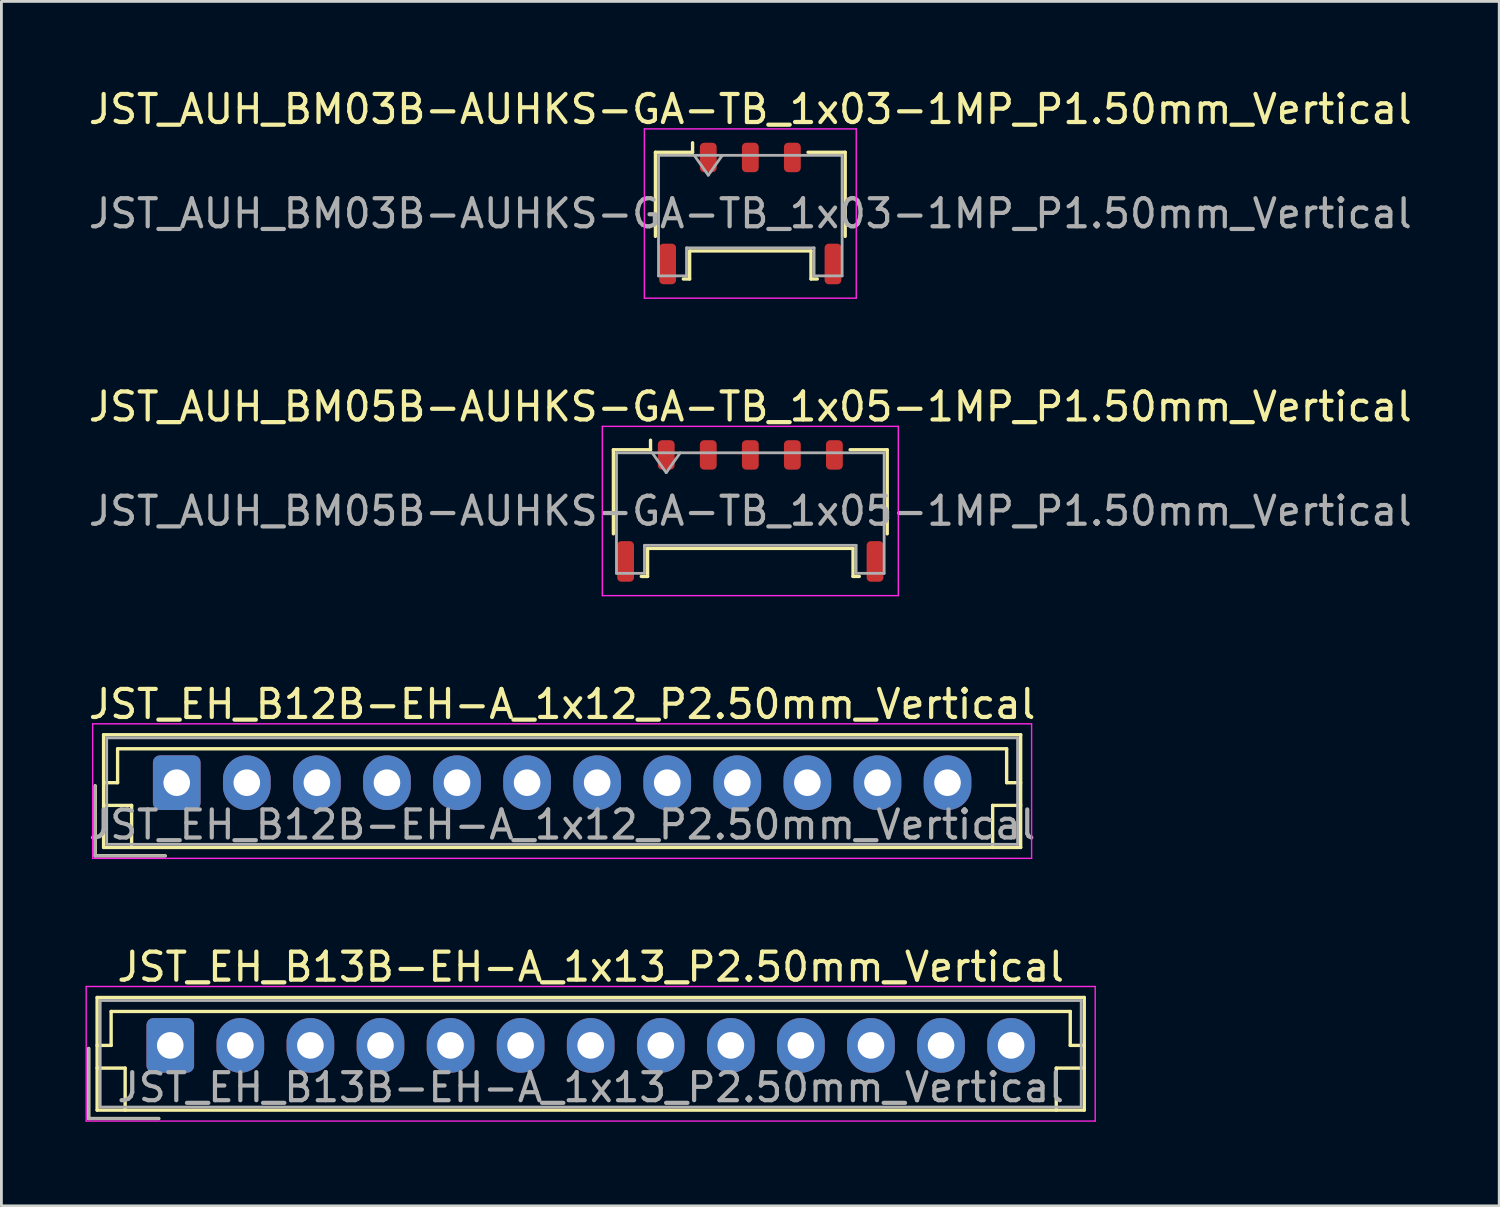
<source format=kicad_pcb>
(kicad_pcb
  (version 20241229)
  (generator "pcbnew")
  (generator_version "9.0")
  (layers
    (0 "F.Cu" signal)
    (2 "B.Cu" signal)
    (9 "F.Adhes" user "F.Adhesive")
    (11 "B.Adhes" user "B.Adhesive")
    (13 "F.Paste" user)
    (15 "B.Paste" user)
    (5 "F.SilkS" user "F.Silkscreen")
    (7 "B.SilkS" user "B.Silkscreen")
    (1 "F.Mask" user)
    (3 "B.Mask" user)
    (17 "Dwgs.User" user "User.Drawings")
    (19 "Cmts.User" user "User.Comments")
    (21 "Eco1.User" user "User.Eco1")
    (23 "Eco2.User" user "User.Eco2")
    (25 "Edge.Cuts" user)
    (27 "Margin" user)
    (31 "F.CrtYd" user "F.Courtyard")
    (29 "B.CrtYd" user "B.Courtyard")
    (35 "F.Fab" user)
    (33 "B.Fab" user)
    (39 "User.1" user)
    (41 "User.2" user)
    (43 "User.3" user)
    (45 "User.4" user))
  (footprint "JST_AUH_BM03B-AUHKS-GA-TB_1x03-1MP_P1.50mm_Vertical"
    (layer "F.Cu")
    (at 23.72 4.568)
    (property "Reference" "JST_AUH_BM03B-AUHKS-GA-TB_1x03-1MP_P1.50mm_Vertical" (at 0 -3.72 0) (layer "F.SilkS") (effects (font (size 1 1) (thickness 0.15))))
    (attr smd)
    (fp_line (start -3.385 -2.185) (end -2.06 -2.185) (stroke (width 0.12) (type solid)) (layer "F.SilkS"))
    (fp_line (start -3.385 0.815) (end -3.385 -2.185) (stroke (width 0.12) (type solid)) (layer "F.SilkS"))
    (fp_line (start -2.39 2.335) (end -2.165 2.335) (stroke (width 0.12) (type solid)) (layer "F.SilkS"))
    (fp_line (start -2.165 1.335) (end 2.165 1.335) (stroke (width 0.12) (type solid)) (layer "F.SilkS"))
    (fp_line (start -2.165 2.335) (end -2.165 1.335) (stroke (width 0.12) (type solid)) (layer "F.SilkS"))
    (fp_line (start -2.06 -2.185) (end -2.06 -2.525) (stroke (width 0.12) (type solid)) (layer "F.SilkS"))
    (fp_line (start 2.165 1.335) (end 2.165 2.335) (stroke (width 0.12) (type solid)) (layer "F.SilkS"))
    (fp_line (start 2.165 2.335) (end 2.39 2.335) (stroke (width 0.12) (type solid)) (layer "F.SilkS"))
    (fp_line (start 3.385 -2.185) (end 2.06 -2.185) (stroke (width 0.12) (type solid)) (layer "F.SilkS"))
    (fp_line (start 3.385 0.815) (end 3.385 -2.185) (stroke (width 0.12) (type solid)) (layer "F.SilkS"))
    (fp_line (start -3.78 -3.02) (end -3.78 3.02) (stroke (width 0.05) (type solid)) (layer "F.CrtYd"))
    (fp_line (start -3.78 3.02) (end 3.78 3.02) (stroke (width 0.05) (type solid)) (layer "F.CrtYd"))
    (fp_line (start 3.78 -3.02) (end -3.78 -3.02) (stroke (width 0.05) (type solid)) (layer "F.CrtYd"))
    (fp_line (start 3.78 3.02) (end 3.78 -3.02) (stroke (width 0.05) (type solid)) (layer "F.CrtYd"))
    (fp_line (start -3.275 -2.075) (end -3.275 2.225) (stroke (width 0.1) (type solid)) (layer "F.Fab"))
    (fp_line (start -3.275 -2.075) (end 3.275 -2.075) (stroke (width 0.1) (type solid)) (layer "F.Fab"))
    (fp_line (start -3.275 2.225) (end -2.275 2.225) (stroke (width 0.1) (type solid)) (layer "F.Fab"))
    (fp_line (start -2.275 1.225) (end 2.275 1.225) (stroke (width 0.1) (type solid)) (layer "F.Fab"))
    (fp_line (start -2.275 2.225) (end -2.275 1.225) (stroke (width 0.1) (type solid)) (layer "F.Fab"))
    (fp_line (start -2 -2.075) (end -1.5 -1.368) (stroke (width 0.1) (type solid)) (layer "F.Fab"))
    (fp_line (start -1.5 -1.368) (end -1 -2.075) (stroke (width 0.1) (type solid)) (layer "F.Fab"))
    (fp_line (start 2.275 1.225) (end 2.275 2.225) (stroke (width 0.1) (type solid)) (layer "F.Fab"))
    (fp_line (start 2.275 2.225) (end 3.275 2.225) (stroke (width 0.1) (type solid)) (layer "F.Fab"))
    (fp_line (start 3.275 -2.075) (end 3.275 2.225) (stroke (width 0.1) (type solid)) (layer "F.Fab"))
    (fp_text user "${REFERENCE}" (at 0 0 0) (layer "F.Fab") (effects (font (size 1 1) (thickness 0.15))))
    (pad "1" smd roundrect (at -1.5 -2) (size 0.6 1.05) (layers "F.Cu" "F.Mask" "F.Paste") (roundrect_rratio 0.25))
    (pad "2" smd roundrect (at 0 -2) (size 0.6 1.05) (layers "F.Cu" "F.Mask" "F.Paste") (roundrect_rratio 0.25))
    (pad "3" smd roundrect (at 1.5 -2) (size 0.6 1.05) (layers "F.Cu" "F.Mask" "F.Paste") (roundrect_rratio 0.25))
    (pad "MP" smd roundrect (at -2.95 1.8) (size 0.6 1.45) (layers "F.Cu" "F.Mask" "F.Paste") (roundrect_rratio 0.25))
    (pad "MP" smd roundrect (at 2.95 1.8) (size 0.6 1.45) (layers "F.Cu" "F.Mask" "F.Paste") (roundrect_rratio 0.25)))
  (footprint "JST_EH_B13B-EH-A_1x13_P2.50mm_Vertical"
    (layer "F.Cu")
    (at 3.025 34.248)
    (property "Reference" "JST_EH_B13B-EH-A_1x13_P2.50mm_Vertical" (at 15 -2.8 0) (layer "F.SilkS") (effects (font (size 1 1) (thickness 0.15))))
    (attr through_hole)
    (fp_line (start -2.91 0.11) (end -2.91 2.61) (stroke (width 0.12) (type solid)) (layer "F.SilkS"))
    (fp_line (start -2.91 2.61) (end -0.41 2.61) (stroke (width 0.12) (type solid)) (layer "F.SilkS"))
    (fp_line (start -2.61 -1.71) (end -2.61 2.31) (stroke (width 0.12) (type solid)) (layer "F.SilkS"))
    (fp_line (start -2.61 0) (end -2.11 0) (stroke (width 0.12) (type solid)) (layer "F.SilkS"))
    (fp_line (start -2.61 0.81) (end -1.61 0.81) (stroke (width 0.12) (type solid)) (layer "F.SilkS"))
    (fp_line (start -2.61 2.31) (end 32.61 2.31) (stroke (width 0.12) (type solid)) (layer "F.SilkS"))
    (fp_line (start -2.11 -1.21) (end 32.11 -1.21) (stroke (width 0.12) (type solid)) (layer "F.SilkS"))
    (fp_line (start -2.11 0) (end -2.11 -1.21) (stroke (width 0.12) (type solid)) (layer "F.SilkS"))
    (fp_line (start -1.61 0.81) (end -1.61 2.31) (stroke (width 0.12) (type solid)) (layer "F.SilkS"))
    (fp_line (start 31.61 0.81) (end 31.61 2.31) (stroke (width 0.12) (type solid)) (layer "F.SilkS"))
    (fp_line (start 32.11 -1.21) (end 32.11 0) (stroke (width 0.12) (type solid)) (layer "F.SilkS"))
    (fp_line (start 32.11 0) (end 32.61 0) (stroke (width 0.12) (type solid)) (layer "F.SilkS"))
    (fp_line (start 32.61 -1.71) (end -2.61 -1.71) (stroke (width 0.12) (type solid)) (layer "F.SilkS"))
    (fp_line (start 32.61 0.81) (end 31.61 0.81) (stroke (width 0.12) (type solid)) (layer "F.SilkS"))
    (fp_line (start 32.61 2.31) (end 32.61 -1.71) (stroke (width 0.12) (type solid)) (layer "F.SilkS"))
    (fp_line (start -3 -2.1) (end -3 2.7) (stroke (width 0.05) (type solid)) (layer "F.CrtYd"))
    (fp_line (start -3 2.7) (end 33 2.7) (stroke (width 0.05) (type solid)) (layer "F.CrtYd"))
    (fp_line (start 33 -2.1) (end -3 -2.1) (stroke (width 0.05) (type solid)) (layer "F.CrtYd"))
    (fp_line (start 33 2.7) (end 33 -2.1) (stroke (width 0.05) (type solid)) (layer "F.CrtYd"))
    (fp_line (start -2.91 0.11) (end -2.91 2.61) (stroke (width 0.1) (type solid)) (layer "F.Fab"))
    (fp_line (start -2.91 2.61) (end -0.41 2.61) (stroke (width 0.1) (type solid)) (layer "F.Fab"))
    (fp_line (start -2.5 -1.6) (end -2.5 2.2) (stroke (width 0.1) (type solid)) (layer "F.Fab"))
    (fp_line (start -2.5 2.2) (end 32.5 2.2) (stroke (width 0.1) (type solid)) (layer "F.Fab"))
    (fp_line (start 32.5 -1.6) (end -2.5 -1.6) (stroke (width 0.1) (type solid)) (layer "F.Fab"))
    (fp_line (start 32.5 2.2) (end 32.5 -1.6) (stroke (width 0.1) (type solid)) (layer "F.Fab"))
    (fp_text user "${REFERENCE}" (at 15 1.5 0) (layer "F.Fab") (effects (font (size 1 1) (thickness 0.15))))
    (pad "1" thru_hole roundrect (at 0 0) (size 1.7 1.95) (drill 0.95) (layers "*.Cu" "*.Mask") (roundrect_rratio 0.147))
    (pad "2" thru_hole oval (at 2.5 0) (size 1.7 1.95) (drill 0.95) (layers "*.Cu" "*.Mask"))
    (pad "3" thru_hole oval (at 5 0) (size 1.7 1.95) (drill 0.95) (layers "*.Cu" "*.Mask"))
    (pad "4" thru_hole oval (at 7.5 0) (size 1.7 1.95) (drill 0.95) (layers "*.Cu" "*.Mask"))
    (pad "5" thru_hole oval (at 10 0) (size 1.7 1.95) (drill 0.95) (layers "*.Cu" "*.Mask"))
    (pad "6" thru_hole oval (at 12.5 0) (size 1.7 1.95) (drill 0.95) (layers "*.Cu" "*.Mask"))
    (pad "7" thru_hole oval (at 15 0) (size 1.7 1.95) (drill 0.95) (layers "*.Cu" "*.Mask"))
    (pad "8" thru_hole oval (at 17.5 0) (size 1.7 1.95) (drill 0.95) (layers "*.Cu" "*.Mask"))
    (pad "9" thru_hole oval (at 20 0) (size 1.7 1.95) (drill 0.95) (layers "*.Cu" "*.Mask"))
    (pad "10" thru_hole oval (at 22.5 0) (size 1.7 1.95) (drill 0.95) (layers "*.Cu" "*.Mask"))
    (pad "11" thru_hole oval (at 25 0) (size 1.7 1.95) (drill 0.95) (layers "*.Cu" "*.Mask"))
    (pad "12" thru_hole oval (at 27.5 0) (size 1.7 1.95) (drill 0.95) (layers "*.Cu" "*.Mask"))
    (pad "13" thru_hole oval (at 30 0) (size 1.7 1.95) (drill 0.95) (layers "*.Cu" "*.Mask")))
  (footprint "JST_AUH_BM05B-AUHKS-GA-TB_1x05-1MP_P1.50mm_Vertical"
    (layer "F.Cu")
    (at 23.72 15.181)
    (property "Reference" "JST_AUH_BM05B-AUHKS-GA-TB_1x05-1MP_P1.50mm_Vertical" (at 0 -3.72 0) (layer "F.SilkS") (effects (font (size 1 1) (thickness 0.15))))
    (attr smd)
    (fp_line (start -4.885 -2.185) (end -3.56 -2.185) (stroke (width 0.12) (type solid)) (layer "F.SilkS"))
    (fp_line (start -4.885 0.815) (end -4.885 -2.185) (stroke (width 0.12) (type solid)) (layer "F.SilkS"))
    (fp_line (start -3.89 2.335) (end -3.665 2.335) (stroke (width 0.12) (type solid)) (layer "F.SilkS"))
    (fp_line (start -3.665 1.335) (end 3.665 1.335) (stroke (width 0.12) (type solid)) (layer "F.SilkS"))
    (fp_line (start -3.665 2.335) (end -3.665 1.335) (stroke (width 0.12) (type solid)) (layer "F.SilkS"))
    (fp_line (start -3.56 -2.185) (end -3.56 -2.525) (stroke (width 0.12) (type solid)) (layer "F.SilkS"))
    (fp_line (start 3.665 1.335) (end 3.665 2.335) (stroke (width 0.12) (type solid)) (layer "F.SilkS"))
    (fp_line (start 3.665 2.335) (end 3.89 2.335) (stroke (width 0.12) (type solid)) (layer "F.SilkS"))
    (fp_line (start 4.885 -2.185) (end 3.56 -2.185) (stroke (width 0.12) (type solid)) (layer "F.SilkS"))
    (fp_line (start 4.885 0.815) (end 4.885 -2.185) (stroke (width 0.12) (type solid)) (layer "F.SilkS"))
    (fp_line (start -5.28 -3.02) (end -5.28 3.02) (stroke (width 0.05) (type solid)) (layer "F.CrtYd"))
    (fp_line (start -5.28 3.02) (end 5.28 3.02) (stroke (width 0.05) (type solid)) (layer "F.CrtYd"))
    (fp_line (start 5.28 -3.02) (end -5.28 -3.02) (stroke (width 0.05) (type solid)) (layer "F.CrtYd"))
    (fp_line (start 5.28 3.02) (end 5.28 -3.02) (stroke (width 0.05) (type solid)) (layer "F.CrtYd"))
    (fp_line (start -4.775 -2.075) (end -4.775 2.225) (stroke (width 0.1) (type solid)) (layer "F.Fab"))
    (fp_line (start -4.775 -2.075) (end 4.775 -2.075) (stroke (width 0.1) (type solid)) (layer "F.Fab"))
    (fp_line (start -4.775 2.225) (end -3.775 2.225) (stroke (width 0.1) (type solid)) (layer "F.Fab"))
    (fp_line (start -3.775 1.225) (end 3.775 1.225) (stroke (width 0.1) (type solid)) (layer "F.Fab"))
    (fp_line (start -3.775 2.225) (end -3.775 1.225) (stroke (width 0.1) (type solid)) (layer "F.Fab"))
    (fp_line (start -3.5 -2.075) (end -3 -1.368) (stroke (width 0.1) (type solid)) (layer "F.Fab"))
    (fp_line (start -3 -1.368) (end -2.5 -2.075) (stroke (width 0.1) (type solid)) (layer "F.Fab"))
    (fp_line (start 3.775 1.225) (end 3.775 2.225) (stroke (width 0.1) (type solid)) (layer "F.Fab"))
    (fp_line (start 3.775 2.225) (end 4.775 2.225) (stroke (width 0.1) (type solid)) (layer "F.Fab"))
    (fp_line (start 4.775 -2.075) (end 4.775 2.225) (stroke (width 0.1) (type solid)) (layer "F.Fab"))
    (fp_text user "${REFERENCE}" (at 0 0 0) (layer "F.Fab") (effects (font (size 1 1) (thickness 0.15))))
    (pad "1" smd roundrect (at -3 -2) (size 0.6 1.05) (layers "F.Cu" "F.Mask" "F.Paste") (roundrect_rratio 0.25))
    (pad "2" smd roundrect (at -1.5 -2) (size 0.6 1.05) (layers "F.Cu" "F.Mask" "F.Paste") (roundrect_rratio 0.25))
    (pad "3" smd roundrect (at 0 -2) (size 0.6 1.05) (layers "F.Cu" "F.Mask" "F.Paste") (roundrect_rratio 0.25))
    (pad "4" smd roundrect (at 1.5 -2) (size 0.6 1.05) (layers "F.Cu" "F.Mask" "F.Paste") (roundrect_rratio 0.25))
    (pad "5" smd roundrect (at 3 -2) (size 0.6 1.05) (layers "F.Cu" "F.Mask" "F.Paste") (roundrect_rratio 0.25))
    (pad "MP" smd roundrect (at -4.45 1.8) (size 0.6 1.45) (layers "F.Cu" "F.Mask" "F.Paste") (roundrect_rratio 0.25))
    (pad "MP" smd roundrect (at 4.45 1.8) (size 0.6 1.45) (layers "F.Cu" "F.Mask" "F.Paste") (roundrect_rratio 0.25)))
  (footprint "JST_EH_B12B-EH-A_1x12_P2.50mm_Vertical"
    (layer "F.Cu")
    (at 3.256 24.875)
    (property "Reference" "JST_EH_B12B-EH-A_1x12_P2.50mm_Vertical" (at 13.75 -2.8 0) (layer "F.SilkS") (effects (font (size 1 1) (thickness 0.15))))
    (attr through_hole)
    (fp_line (start -2.91 0.11) (end -2.91 2.61) (stroke (width 0.12) (type solid)) (layer "F.SilkS"))
    (fp_line (start -2.91 2.61) (end -0.41 2.61) (stroke (width 0.12) (type solid)) (layer "F.SilkS"))
    (fp_line (start -2.61 -1.71) (end -2.61 2.31) (stroke (width 0.12) (type solid)) (layer "F.SilkS"))
    (fp_line (start -2.61 0) (end -2.11 0) (stroke (width 0.12) (type solid)) (layer "F.SilkS"))
    (fp_line (start -2.61 0.81) (end -1.61 0.81) (stroke (width 0.12) (type solid)) (layer "F.SilkS"))
    (fp_line (start -2.61 2.31) (end 30.11 2.31) (stroke (width 0.12) (type solid)) (layer "F.SilkS"))
    (fp_line (start -2.11 -1.21) (end 29.61 -1.21) (stroke (width 0.12) (type solid)) (layer "F.SilkS"))
    (fp_line (start -2.11 0) (end -2.11 -1.21) (stroke (width 0.12) (type solid)) (layer "F.SilkS"))
    (fp_line (start -1.61 0.81) (end -1.61 2.31) (stroke (width 0.12) (type solid)) (layer "F.SilkS"))
    (fp_line (start 29.11 0.81) (end 29.11 2.31) (stroke (width 0.12) (type solid)) (layer "F.SilkS"))
    (fp_line (start 29.61 -1.21) (end 29.61 0) (stroke (width 0.12) (type solid)) (layer "F.SilkS"))
    (fp_line (start 29.61 0) (end 30.11 0) (stroke (width 0.12) (type solid)) (layer "F.SilkS"))
    (fp_line (start 30.11 -1.71) (end -2.61 -1.71) (stroke (width 0.12) (type solid)) (layer "F.SilkS"))
    (fp_line (start 30.11 0.81) (end 29.11 0.81) (stroke (width 0.12) (type solid)) (layer "F.SilkS"))
    (fp_line (start 30.11 2.31) (end 30.11 -1.71) (stroke (width 0.12) (type solid)) (layer "F.SilkS"))
    (fp_line (start -3 -2.1) (end -3 2.7) (stroke (width 0.05) (type solid)) (layer "F.CrtYd"))
    (fp_line (start -3 2.7) (end 30.5 2.7) (stroke (width 0.05) (type solid)) (layer "F.CrtYd"))
    (fp_line (start 30.5 -2.1) (end -3 -2.1) (stroke (width 0.05) (type solid)) (layer "F.CrtYd"))
    (fp_line (start 30.5 2.7) (end 30.5 -2.1) (stroke (width 0.05) (type solid)) (layer "F.CrtYd"))
    (fp_line (start -2.91 0.11) (end -2.91 2.61) (stroke (width 0.1) (type solid)) (layer "F.Fab"))
    (fp_line (start -2.91 2.61) (end -0.41 2.61) (stroke (width 0.1) (type solid)) (layer "F.Fab"))
    (fp_line (start -2.5 -1.6) (end -2.5 2.2) (stroke (width 0.1) (type solid)) (layer "F.Fab"))
    (fp_line (start -2.5 2.2) (end 30 2.2) (stroke (width 0.1) (type solid)) (layer "F.Fab"))
    (fp_line (start 30 -1.6) (end -2.5 -1.6) (stroke (width 0.1) (type solid)) (layer "F.Fab"))
    (fp_line (start 30 2.2) (end 30 -1.6) (stroke (width 0.1) (type solid)) (layer "F.Fab"))
    (fp_text user "${REFERENCE}" (at 13.75 1.5 0) (layer "F.Fab") (effects (font (size 1 1) (thickness 0.15))))
    (pad "1" thru_hole roundrect (at 0 0) (size 1.7 1.95) (drill 0.95) (layers "*.Cu" "*.Mask") (roundrect_rratio 0.147))
    (pad "2" thru_hole oval (at 2.5 0) (size 1.7 1.95) (drill 0.95) (layers "*.Cu" "*.Mask"))
    (pad "3" thru_hole oval (at 5 0) (size 1.7 1.95) (drill 0.95) (layers "*.Cu" "*.Mask"))
    (pad "4" thru_hole oval (at 7.5 0) (size 1.7 1.95) (drill 0.95) (layers "*.Cu" "*.Mask"))
    (pad "5" thru_hole oval (at 10 0) (size 1.7 1.95) (drill 0.95) (layers "*.Cu" "*.Mask"))
    (pad "6" thru_hole oval (at 12.5 0) (size 1.7 1.95) (drill 0.95) (layers "*.Cu" "*.Mask"))
    (pad "7" thru_hole oval (at 15 0) (size 1.7 1.95) (drill 0.95) (layers "*.Cu" "*.Mask"))
    (pad "8" thru_hole oval (at 17.5 0) (size 1.7 1.95) (drill 0.95) (layers "*.Cu" "*.Mask"))
    (pad "9" thru_hole oval (at 20 0) (size 1.7 1.95) (drill 0.95) (layers "*.Cu" "*.Mask"))
    (pad "10" thru_hole oval (at 22.5 0) (size 1.7 1.95) (drill 0.95) (layers "*.Cu" "*.Mask"))
    (pad "11" thru_hole oval (at 25 0) (size 1.7 1.95) (drill 0.95) (layers "*.Cu" "*.Mask"))
    (pad "12" thru_hole oval (at 27.5 0) (size 1.7 1.95) (drill 0.95) (layers "*.Cu" "*.Mask")))
  (gr_rect
    (start -3 -3)
    (end 50.44 39.973)
    (stroke (width 0.1) (type default))
    (fill no)
    (layer "Edge.Cuts")))
</source>
